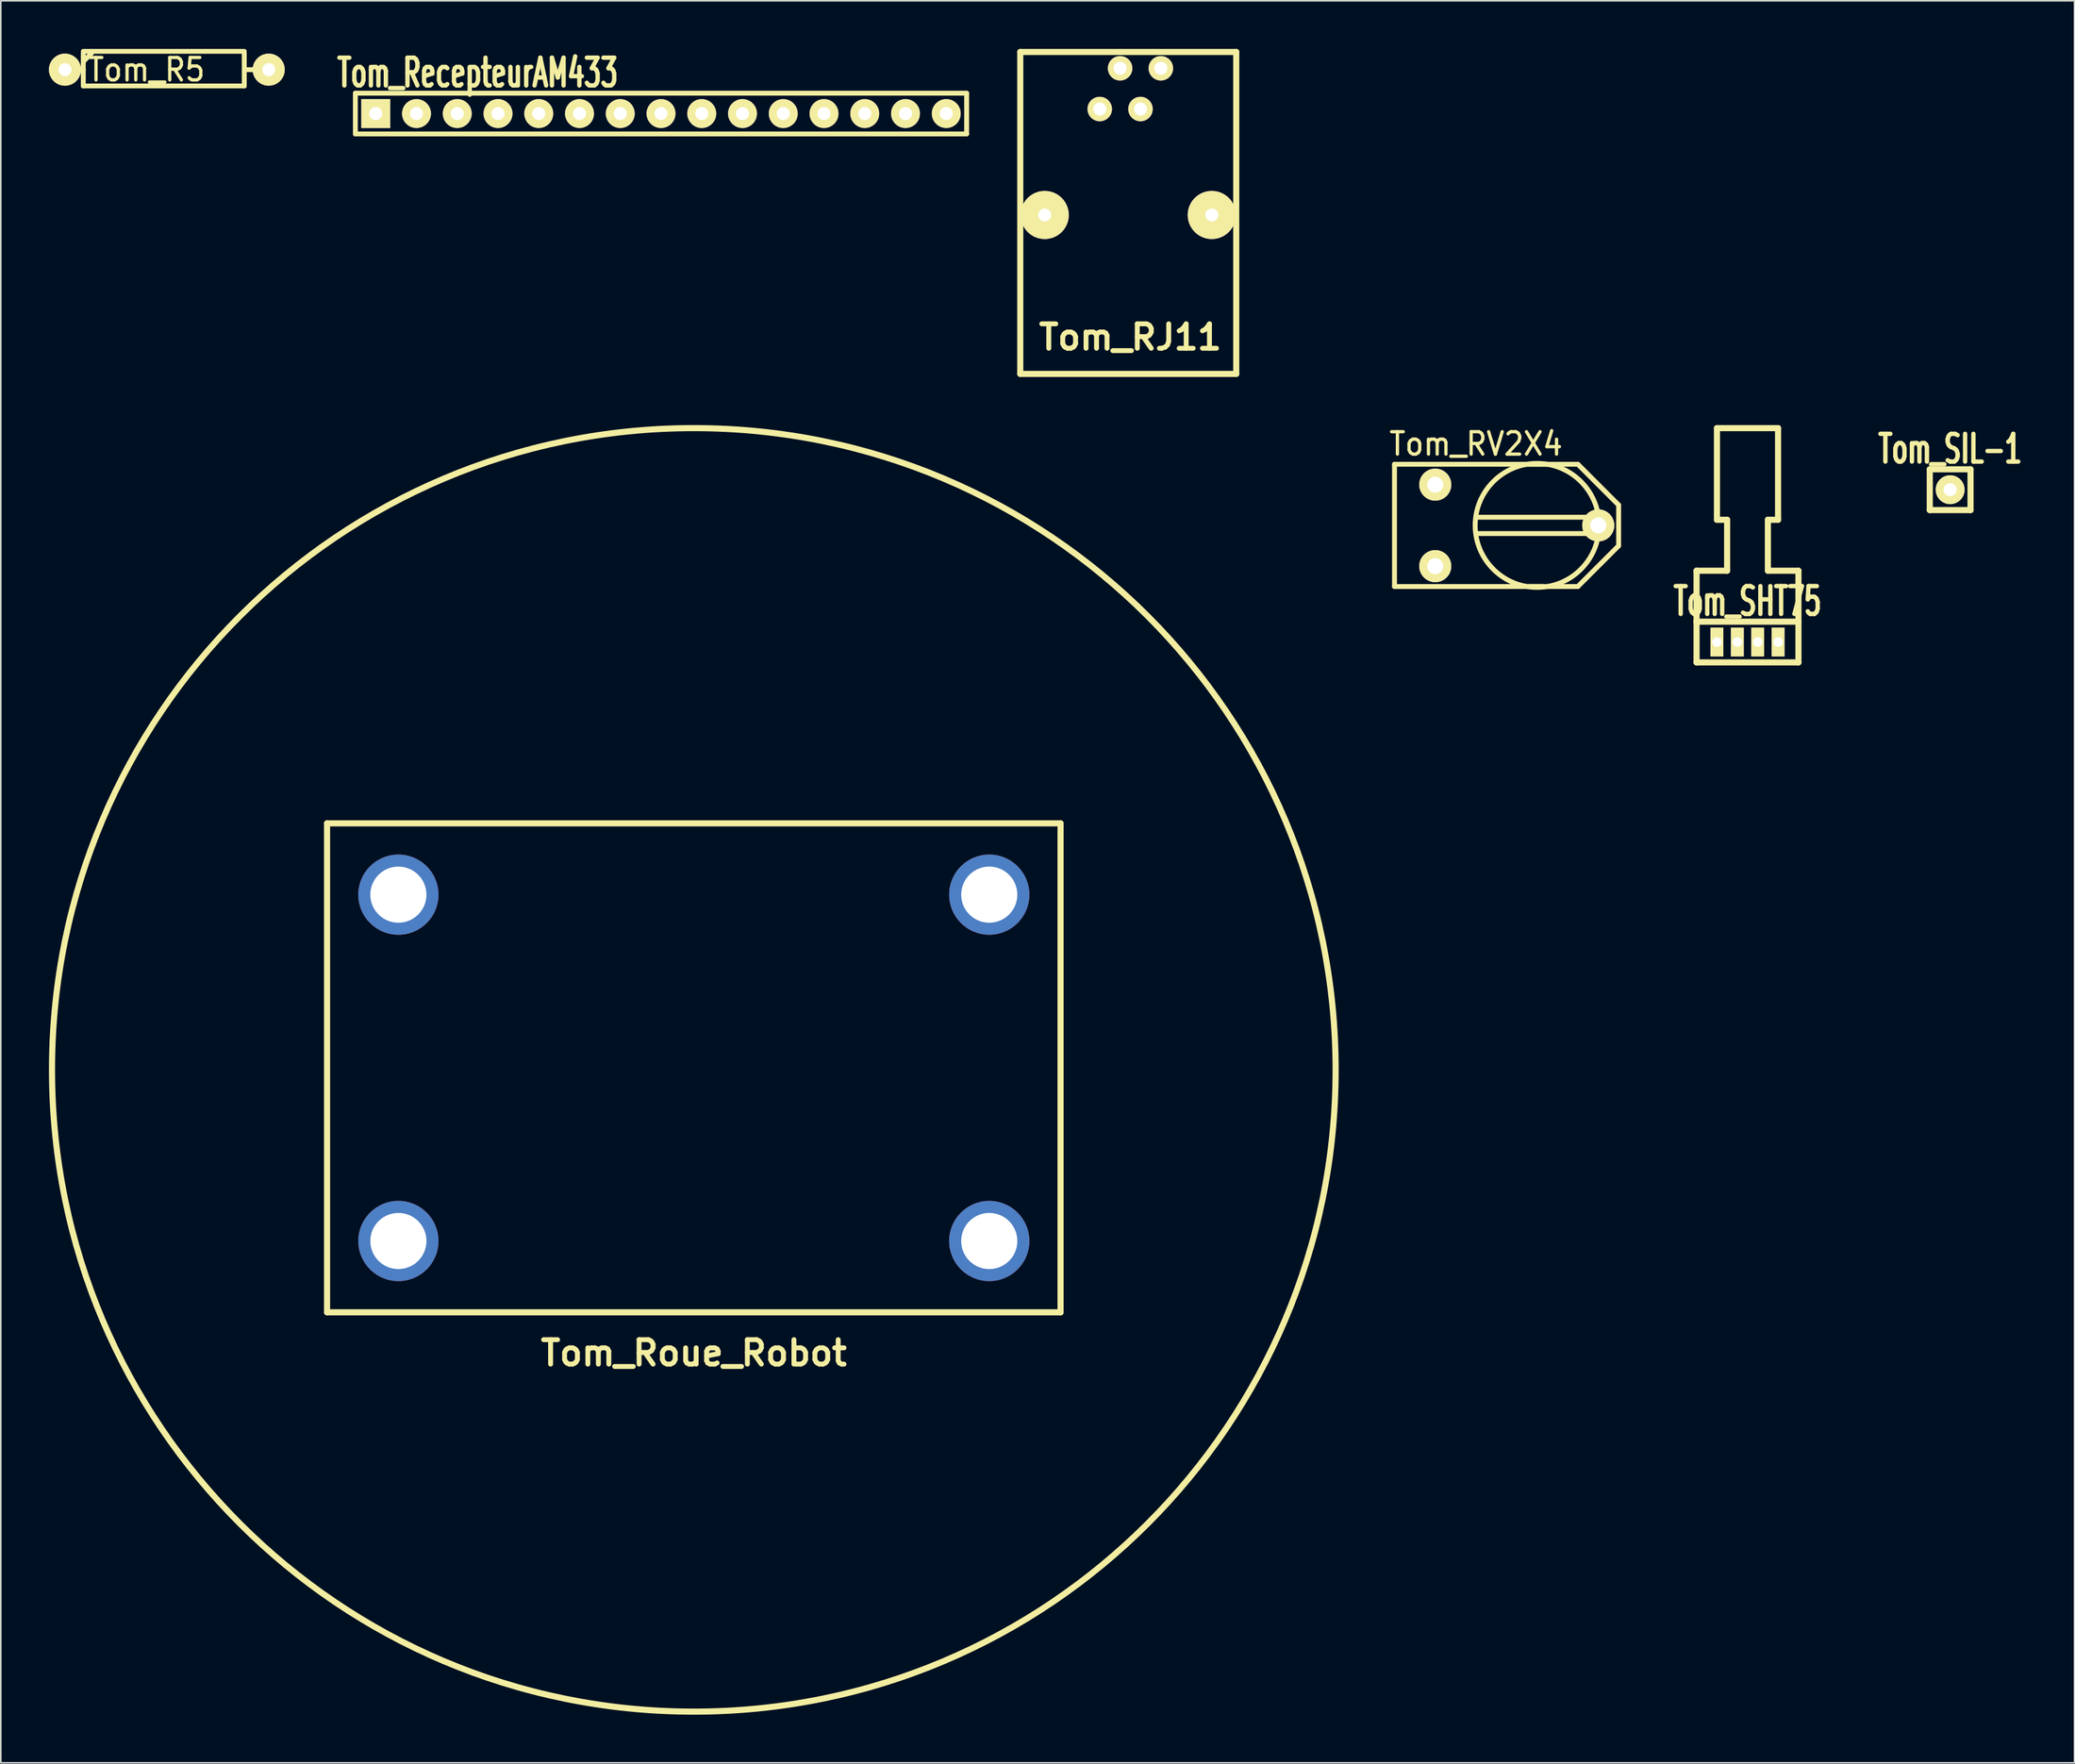
<source format=kicad_pcb>
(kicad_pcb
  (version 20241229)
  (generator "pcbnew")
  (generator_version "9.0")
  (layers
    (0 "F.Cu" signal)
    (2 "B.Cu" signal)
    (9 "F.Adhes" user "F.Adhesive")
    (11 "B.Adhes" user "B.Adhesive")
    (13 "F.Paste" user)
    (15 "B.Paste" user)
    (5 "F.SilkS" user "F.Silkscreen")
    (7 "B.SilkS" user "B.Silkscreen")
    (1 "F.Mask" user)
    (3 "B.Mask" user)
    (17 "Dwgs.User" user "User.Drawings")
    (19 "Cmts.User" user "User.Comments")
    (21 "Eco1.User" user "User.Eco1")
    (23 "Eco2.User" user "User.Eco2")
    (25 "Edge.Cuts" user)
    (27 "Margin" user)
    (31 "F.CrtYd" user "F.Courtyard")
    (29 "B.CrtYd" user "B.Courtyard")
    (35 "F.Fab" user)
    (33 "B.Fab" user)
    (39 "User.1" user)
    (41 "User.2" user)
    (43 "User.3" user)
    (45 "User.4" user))
  (footprint "Tom_SHT75"
    (layer "F.Cu")
    (at 105.874 36.972)
    (property "Reference" "Tom_SHT75" (at 0 -2.54 0) (layer "F.SilkS") (effects (font (size 1.735 1.087) (thickness 0.272))))
    (attr through_hole)
    (fp_line (start -3.175 -4.445) (end -1.27 -4.445) (stroke (width 0.381) (type solid)) (layer "F.SilkS"))
    (fp_line (start -3.175 -1.27) (end -3.175 -4.445) (stroke (width 0.381) (type solid)) (layer "F.SilkS"))
    (fp_line (start -3.175 -1.27) (end 3.175 -1.27) (stroke (width 0.381) (type solid)) (layer "F.SilkS"))
    (fp_line (start -3.175 1.27) (end -3.175 -1.27) (stroke (width 0.381) (type solid)) (layer "F.SilkS"))
    (fp_line (start -3.175 1.27) (end 3.175 1.27) (stroke (width 0.381) (type solid)) (layer "F.SilkS"))
    (fp_line (start -1.905 -13.335) (end 1.905 -13.335) (stroke (width 0.381) (type solid)) (layer "F.SilkS"))
    (fp_line (start -1.905 -7.62) (end -1.905 -13.335) (stroke (width 0.381) (type solid)) (layer "F.SilkS"))
    (fp_line (start -1.27 -7.62) (end -1.905 -7.62) (stroke (width 0.381) (type solid)) (layer "F.SilkS"))
    (fp_line (start -1.27 -4.445) (end -1.27 -7.62) (stroke (width 0.381) (type solid)) (layer "F.SilkS"))
    (fp_line (start 1.27 -4.445) (end 1.27 -7.62) (stroke (width 0.381) (type solid)) (layer "F.SilkS"))
    (fp_line (start 1.905 -13.335) (end 1.905 -7.62) (stroke (width 0.381) (type solid)) (layer "F.SilkS"))
    (fp_line (start 1.905 -7.62) (end 1.27 -7.62) (stroke (width 0.381) (type solid)) (layer "F.SilkS"))
    (fp_line (start 3.175 -4.445) (end 1.27 -4.445) (stroke (width 0.381) (type solid)) (layer "F.SilkS"))
    (fp_line (start 3.175 -1.27) (end 3.175 -4.445) (stroke (width 0.381) (type solid)) (layer "F.SilkS"))
    (fp_line (start 3.175 -1.27) (end 3.175 1.27) (stroke (width 0.381) (type solid)) (layer "F.SilkS"))
    (pad "1" thru_hole rect (at -1.905 0) (size 0.8 1.801) (drill 0.599) (layers "*.Cu" "*.Mask" "F.SilkS"))
    (pad "2" thru_hole rect (at -0.635 0) (size 0.8 1.801) (drill 0.599) (layers "*.Cu" "*.Mask" "F.SilkS"))
    (pad "3" thru_hole rect (at 0.635 0) (size 0.8 1.801) (drill 0.599) (layers "*.Cu" "*.Mask" "F.SilkS"))
    (pad "4" thru_hole rect (at 1.905 0) (size 0.8 1.801) (drill 0.599) (layers "*.Cu" "*.Mask" "F.SilkS")))
  (footprint "Tom_RV2X4"
    (layer "F.Cu")
    (at 91.491 29.701)
    (property "Reference" "Tom_RV2X4" (at -2.54 -5.08 0) (layer "F.SilkS") (effects (font (size 1.397 1.27) (thickness 0.203))))
    (attr through_hole)
    (fp_line (start -7.62 -3.81) (end 3.81 -3.81) (stroke (width 0.305) (type solid)) (layer "F.SilkS"))
    (fp_line (start -7.62 3.81) (end -7.62 -3.81) (stroke (width 0.305) (type solid)) (layer "F.SilkS"))
    (fp_line (start -2.54 -0.508) (end 4.953 -0.508) (stroke (width 0.305) (type solid)) (layer "F.SilkS"))
    (fp_line (start -2.54 0.508) (end 4.953 0.508) (stroke (width 0.305) (type solid)) (layer "F.SilkS"))
    (fp_line (start 0.762 -3.81) (end 1.905 -3.81) (stroke (width 0.305) (type solid)) (layer "F.SilkS"))
    (fp_line (start 1.651 3.81) (end 0.762 3.81) (stroke (width 0.305) (type solid)) (layer "F.SilkS"))
    (fp_line (start 3.81 -3.81) (end 6.35 -1.27) (stroke (width 0.305) (type solid)) (layer "F.SilkS"))
    (fp_line (start 3.81 3.81) (end -7.62 3.81) (stroke (width 0.305) (type solid)) (layer "F.SilkS"))
    (fp_line (start 6.35 -1.27) (end 6.35 1.27) (stroke (width 0.305) (type solid)) (layer "F.SilkS"))
    (fp_line (start 6.35 1.27) (end 3.81 3.81) (stroke (width 0.305) (type solid)) (layer "F.SilkS"))
    (fp_circle (center 1.27 0) (end -2.54 -0.635) (stroke (width 0.305) (type solid)) (fill no) (layer "F.SilkS"))
    (pad "1" thru_hole circle (at -5.08 -2.54) (size 1.999 1.999) (drill 1.001) (layers "*.Cu" "*.Mask" "F.SilkS"))
    (pad "2" thru_hole circle (at 5.08 0) (size 1.999 1.999) (drill 1.001) (layers "*.Cu" "*.Mask" "F.SilkS"))
    (pad "3" thru_hole circle (at -5.08 2.54) (size 1.999 1.999) (drill 1.001) (layers "*.Cu" "*.Mask" "F.SilkS")))
  (footprint "Tom_SIL-1"
    (layer "F.Cu")
    (at 118.505 27.476)
    (property "Reference" "Tom_SIL-1" (at 0 -2.54 0) (layer "F.SilkS") (effects (font (size 1.73 1.087) (thickness 0.272))))
    (attr through_hole)
    (fp_line (start -1.27 -1.27) (end 1.27 -1.27) (stroke (width 0.381) (type solid)) (layer "F.SilkS"))
    (fp_line (start -1.27 1.27) (end -1.27 -1.27) (stroke (width 0.381) (type solid)) (layer "F.SilkS"))
    (fp_line (start -1.27 1.27) (end 1.27 1.27) (stroke (width 0.381) (type solid)) (layer "F.SilkS"))
    (fp_line (start 1.27 1.27) (end 1.27 -1.27) (stroke (width 0.381) (type solid)) (layer "F.SilkS"))
    (pad "1" thru_hole circle (at 0 0) (size 1.8 1.8) (drill 0.813) (layers "*.Cu" "*.Mask" "F.SilkS")))
  (footprint "Tom_Roue_Robot"
    (layer "F.Cu")
    (at 40.196 78.755)
    (property "Reference" "Tom_Roue_Robot" (at 0 2.54 0) (layer "F.SilkS") (effects (font (size 1.524 1.524) (thickness 0.305))))
    (attr through_hole)
    (fp_line (start -22.86 -30.48) (end -22.86 0) (stroke (width 0.381) (type solid)) (layer "F.SilkS"))
    (fp_line (start -22.86 0) (end 22.86 0) (stroke (width 0.381) (type solid)) (layer "F.SilkS"))
    (fp_line (start 22.86 -30.48) (end -22.86 -30.48) (stroke (width 0.381) (type solid)) (layer "F.SilkS"))
    (fp_line (start 22.86 0) (end 22.86 -30.48) (stroke (width 0.381) (type solid)) (layer "F.SilkS"))
    (fp_circle (center 0 -15.113) (end 40.005 -15.113) (stroke (width 0.381) (type solid)) (fill no) (layer "F.SilkS"))
    (pad "1" thru_hole circle (at -18.415 -4.445) (size 5.001 5.001) (drill 3.5) (layers "*.Cu"))
    (pad "2" thru_hole circle (at -18.415 -26.035) (size 5.001 5.001) (drill 3.5) (layers "*.Cu"))
    (pad "3" thru_hole circle (at 18.415 -26.035) (size 5.001 5.001) (drill 3.5) (layers "*.Cu"))
    (pad "4" thru_hole circle (at 18.415 -4.445) (size 5.001 5.001) (drill 3.5) (layers "*.Cu")))
  (footprint "Tom_R5"
    (layer "F.Cu")
    (at 6.079 1.293)
    (property "Reference" "Tom_R5" (at 0 0 0) (layer "F.SilkS") (effects (font (size 1.397 1.27) (thickness 0.203))))
    (attr through_hole)
    (fp_line (start -4.953 0) (end -3.937 0) (stroke (width 0.305) (type solid)) (layer "F.SilkS"))
    (fp_line (start -3.937 -1.143) (end 6.096 -1.143) (stroke (width 0.3) (type solid)) (layer "F.SilkS"))
    (fp_line (start -3.937 -0.508) (end -3.429 -1.016) (stroke (width 0.305) (type solid)) (layer "F.SilkS"))
    (fp_line (start -3.937 0) (end -3.937 -1.016) (stroke (width 0.305) (type solid)) (layer "F.SilkS"))
    (fp_line (start -3.937 1.016) (end -3.937 0) (stroke (width 0.305) (type solid)) (layer "F.SilkS"))
    (fp_line (start -3.937 1.016) (end 6.096 1.016) (stroke (width 0.3) (type solid)) (layer "F.SilkS"))
    (fp_line (start 6.096 -1.016) (end 6.096 1.016) (stroke (width 0.305) (type solid)) (layer "F.SilkS"))
    (fp_line (start 7.239 0) (end 6.223 0) (stroke (width 0.305) (type solid)) (layer "F.SilkS"))
    (pad "1" thru_hole circle (at -5.08 0) (size 1.999 1.999) (drill 0.813) (layers "*.Cu" "*.Mask" "F.SilkS"))
    (pad "2" thru_hole circle (at 7.62 0) (size 1.999 1.999) (drill 0.813) (layers "*.Cu" "*.Mask" "F.SilkS")))
  (footprint "Tom_RecepteurAM433"
    (layer "F.Cu")
    (at 38.151 4.029)
    (property "Reference" "Tom_RecepteurAM433" (at -11.43 -2.54 0) (layer "F.SilkS") (effects (font (size 1.73 1.087) (thickness 0.272))))
    (attr through_hole)
    (fp_line (start -19.05 -1.27) (end 19.05 -1.27) (stroke (width 0.305) (type solid)) (layer "F.SilkS"))
    (fp_line (start -19.05 1.27) (end -19.05 -1.27) (stroke (width 0.305) (type solid)) (layer "F.SilkS"))
    (fp_line (start 19.05 -1.27) (end 19.05 1.27) (stroke (width 0.305) (type solid)) (layer "F.SilkS"))
    (fp_line (start 19.05 1.27) (end -19.05 1.27) (stroke (width 0.305) (type solid)) (layer "F.SilkS"))
    (pad "1" thru_hole rect (at -17.78 0) (size 1.801 1.801) (drill 0.813) (layers "*.Cu" "*.Mask" "F.SilkS"))
    (pad "2" thru_hole circle (at -15.24 0) (size 1.801 1.801) (drill 0.813) (layers "*.Cu" "*.Mask" "F.SilkS"))
    (pad "3" thru_hole circle (at -12.7 0) (size 1.801 1.801) (drill 0.813) (layers "*.Cu" "*.Mask" "F.SilkS"))
    (pad "4" thru_hole circle (at -10.16 0) (size 1.801 1.801) (drill 0.813) (layers "*.Cu" "*.Mask" "F.SilkS"))
    (pad "5" thru_hole circle (at -7.62 0) (size 1.801 1.801) (drill 0.813) (layers "*.Cu" "*.Mask" "F.SilkS"))
    (pad "6" thru_hole circle (at -5.08 0) (size 1.801 1.801) (drill 0.813) (layers "*.Cu" "*.Mask" "F.SilkS"))
    (pad "7" thru_hole circle (at -2.54 0) (size 1.801 1.801) (drill 0.813) (layers "*.Cu" "*.Mask" "F.SilkS"))
    (pad "8" thru_hole circle (at 0 0) (size 1.801 1.801) (drill 0.813) (layers "*.Cu" "*.Mask" "F.SilkS"))
    (pad "9" thru_hole circle (at 2.54 0) (size 1.801 1.801) (drill 0.813) (layers "*.Cu" "*.Mask" "F.SilkS"))
    (pad "10" thru_hole circle (at 5.08 0) (size 1.801 1.801) (drill 0.813) (layers "*.Cu" "*.Mask" "F.SilkS"))
    (pad "11" thru_hole circle (at 7.62 0) (size 1.801 1.801) (drill 0.813) (layers "*.Cu" "*.Mask" "F.SilkS"))
    (pad "12" thru_hole circle (at 10.16 0) (size 1.801 1.801) (drill 0.813) (layers "*.Cu" "*.Mask" "F.SilkS"))
    (pad "13" thru_hole circle (at 12.7 0) (size 1.801 1.801) (drill 0.813) (layers "*.Cu" "*.Mask" "F.SilkS"))
    (pad "14" thru_hole circle (at 15.24 0) (size 1.801 1.801) (drill 0.813) (layers "*.Cu" "*.Mask" "F.SilkS"))
    (pad "15" thru_hole circle (at 17.78 0) (size 1.801 1.801) (drill 0.813) (layers "*.Cu" "*.Mask" "F.SilkS")))
  (footprint "Tom_RJ11"
    (layer "F.Cu")
    (at 67.402 17.971)
    (property "Reference" "Tom_RJ11" (at 0 0 0) (layer "F.SilkS") (effects (font (size 1.524 1.524) (thickness 0.305))))
    (attr through_hole)
    (fp_line (start -6.858 -17.78) (end 6.604 -17.78) (stroke (width 0.381) (type solid)) (layer "F.SilkS"))
    (fp_line (start -6.858 2.286) (end -6.858 -17.78) (stroke (width 0.381) (type solid)) (layer "F.SilkS"))
    (fp_line (start -6.858 2.286) (end 6.604 2.286) (stroke (width 0.381) (type solid)) (layer "F.SilkS"))
    (fp_line (start 6.604 -17.78) (end 6.604 2.286) (stroke (width 0.381) (type solid)) (layer "F.SilkS"))
    (pad "1" thru_hole circle (at -1.905 -14.224) (size 1.524 1.524) (drill 0.813) (layers "*.Cu" "*.Mask" "F.SilkS"))
    (pad "2" thru_hole circle (at -0.635 -16.764) (size 1.524 1.524) (drill 0.813) (layers "*.Cu" "*.Mask" "F.SilkS"))
    (pad "3" thru_hole circle (at 0.635 -14.224) (size 1.524 1.524) (drill 0.813) (layers "*.Cu" "*.Mask" "F.SilkS"))
    (pad "4" thru_hole circle (at 1.905 -16.764) (size 1.524 1.524) (drill 0.813) (layers "*.Cu" "*.Mask" "F.SilkS"))
    (pad "7" thru_hole circle (at -5.334 -7.62) (size 3 3) (drill 0.813) (layers "*.Cu" "*.Mask" "F.SilkS"))
    (pad "8" thru_hole circle (at 5.08 -7.62) (size 3 3) (drill 0.813) (layers "*.Cu" "*.Mask" "F.SilkS")))
  (gr_rect
    (start -3 -3)
    (end 126.256 106.838)
    (stroke (width 0.1) (type default))
    (fill no)
    (layer "Edge.Cuts")))
</source>
